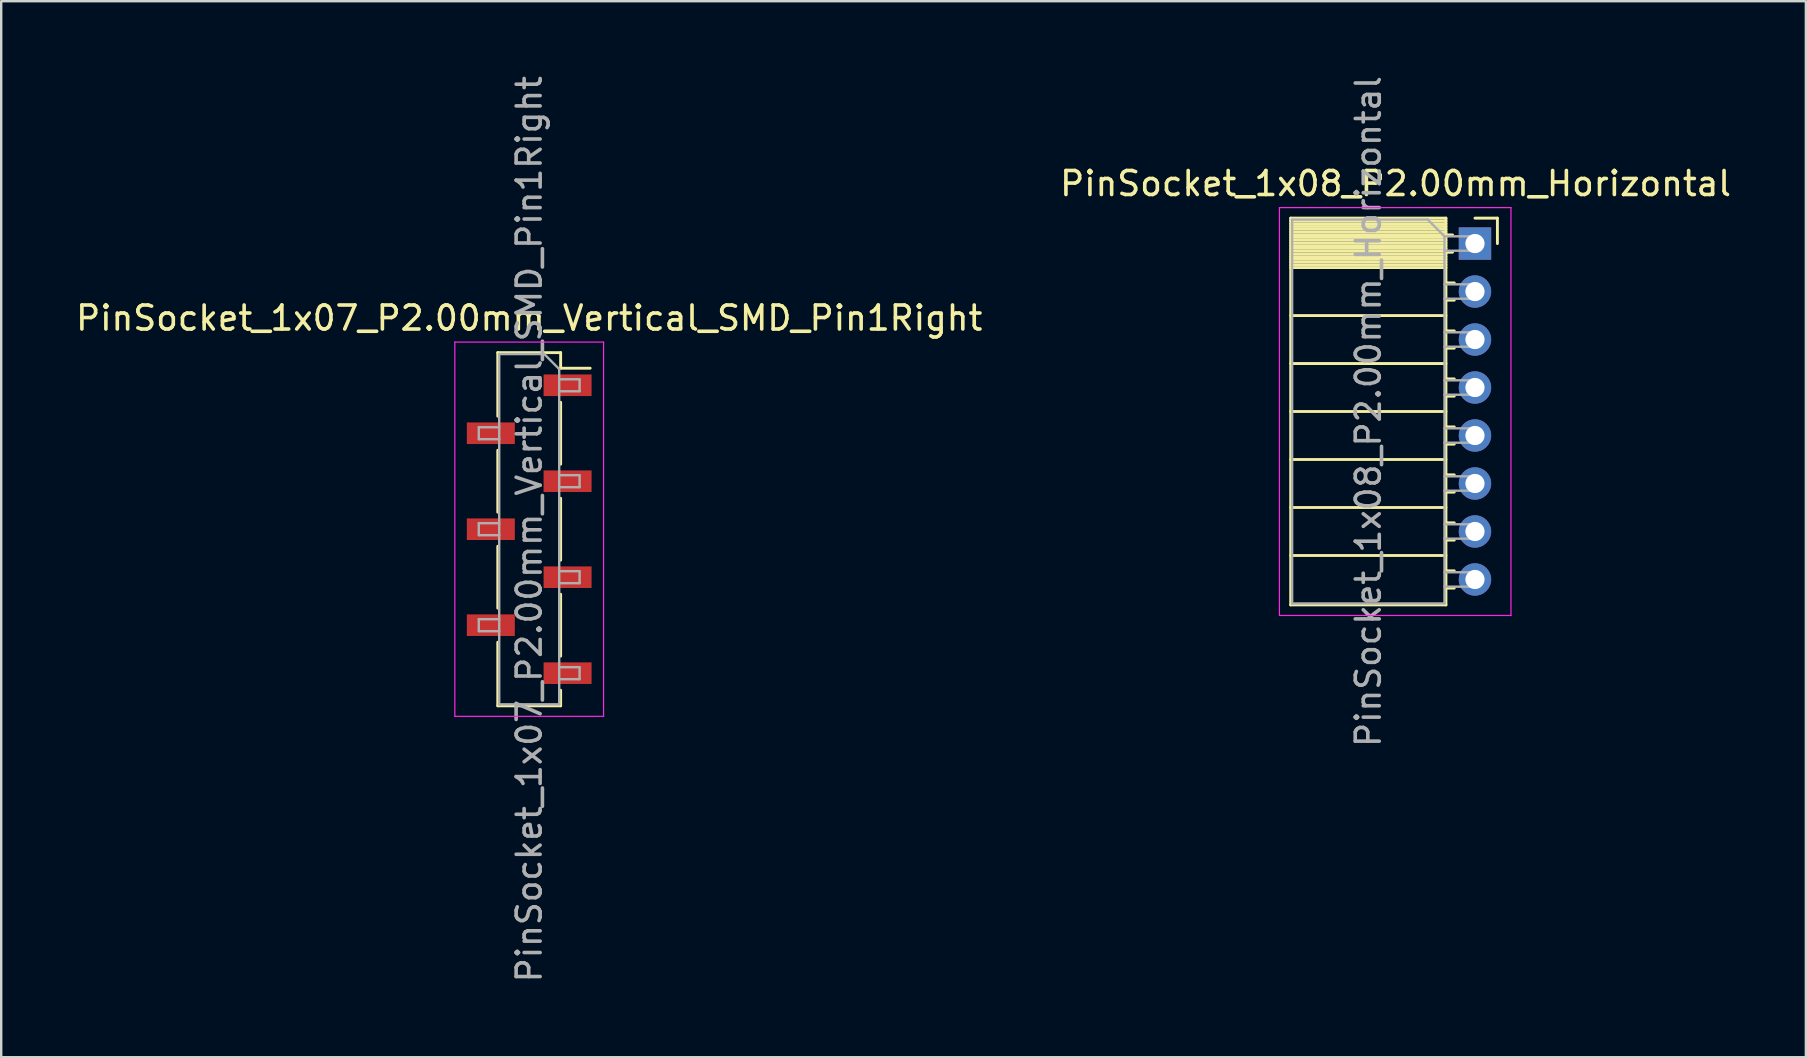
<source format=kicad_pcb>
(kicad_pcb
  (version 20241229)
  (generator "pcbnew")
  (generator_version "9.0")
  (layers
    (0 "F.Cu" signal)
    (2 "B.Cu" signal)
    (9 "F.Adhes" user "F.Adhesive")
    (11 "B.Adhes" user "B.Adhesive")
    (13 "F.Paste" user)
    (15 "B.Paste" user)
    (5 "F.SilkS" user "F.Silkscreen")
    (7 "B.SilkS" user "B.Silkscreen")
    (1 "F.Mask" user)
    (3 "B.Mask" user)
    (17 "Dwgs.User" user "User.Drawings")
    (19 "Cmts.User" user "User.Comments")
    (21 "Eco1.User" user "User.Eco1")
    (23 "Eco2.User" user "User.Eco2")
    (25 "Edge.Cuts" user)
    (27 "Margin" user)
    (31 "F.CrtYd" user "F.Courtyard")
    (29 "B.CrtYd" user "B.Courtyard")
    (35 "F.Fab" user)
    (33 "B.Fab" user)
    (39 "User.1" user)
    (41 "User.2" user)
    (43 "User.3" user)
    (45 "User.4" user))
  (footprint "PinSocket_1x08_P2.00mm_Horizontal"
    (layer "F.Cu")
    (at 58.423 7.101)
    (property "Reference" "PinSocket_1x08_P2.00mm_Horizontal" (at -3.31 -2.5 0) (layer "F.SilkS") (effects (font (size 1 1) (thickness 0.15))))
    (attr through_hole)
    (fp_line (start -7.68 -1.06) (end -7.68 15.06) (stroke (width 0.12) (type solid)) (layer "F.SilkS"))
    (fp_line (start -7.68 -1.06) (end -1.21 -1.06) (stroke (width 0.12) (type solid)) (layer "F.SilkS"))
    (fp_line (start -7.68 -0.94) (end -1.21 -0.94) (stroke (width 0.12) (type solid)) (layer "F.SilkS"))
    (fp_line (start -7.68 -0.826) (end -1.21 -0.826) (stroke (width 0.12) (type solid)) (layer "F.SilkS"))
    (fp_line (start -7.68 -0.712) (end -1.21 -0.712) (stroke (width 0.12) (type solid)) (layer "F.SilkS"))
    (fp_line (start -7.68 -0.598) (end -1.21 -0.598) (stroke (width 0.12) (type solid)) (layer "F.SilkS"))
    (fp_line (start -7.68 -0.484) (end -1.21 -0.484) (stroke (width 0.12) (type solid)) (layer "F.SilkS"))
    (fp_line (start -7.68 -0.369) (end -1.21 -0.369) (stroke (width 0.12) (type solid)) (layer "F.SilkS"))
    (fp_line (start -7.68 -0.255) (end -1.21 -0.255) (stroke (width 0.12) (type solid)) (layer "F.SilkS"))
    (fp_line (start -7.68 -0.141) (end -1.21 -0.141) (stroke (width 0.12) (type solid)) (layer "F.SilkS"))
    (fp_line (start -7.68 -0.027) (end -1.21 -0.027) (stroke (width 0.12) (type solid)) (layer "F.SilkS"))
    (fp_line (start -7.68 0.087) (end -1.21 0.087) (stroke (width 0.12) (type solid)) (layer "F.SilkS"))
    (fp_line (start -7.68 0.201) (end -1.21 0.201) (stroke (width 0.12) (type solid)) (layer "F.SilkS"))
    (fp_line (start -7.68 0.315) (end -1.21 0.315) (stroke (width 0.12) (type solid)) (layer "F.SilkS"))
    (fp_line (start -7.68 0.429) (end -1.21 0.429) (stroke (width 0.12) (type solid)) (layer "F.SilkS"))
    (fp_line (start -7.68 0.544) (end -1.21 0.544) (stroke (width 0.12) (type solid)) (layer "F.SilkS"))
    (fp_line (start -7.68 0.658) (end -1.21 0.658) (stroke (width 0.12) (type solid)) (layer "F.SilkS"))
    (fp_line (start -7.68 0.772) (end -1.21 0.772) (stroke (width 0.12) (type solid)) (layer "F.SilkS"))
    (fp_line (start -7.68 0.886) (end -1.21 0.886) (stroke (width 0.12) (type solid)) (layer "F.SilkS"))
    (fp_line (start -7.68 1) (end -1.21 1) (stroke (width 0.12) (type solid)) (layer "F.SilkS"))
    (fp_line (start -7.68 3) (end -1.21 3) (stroke (width 0.12) (type solid)) (layer "F.SilkS"))
    (fp_line (start -7.68 5) (end -1.21 5) (stroke (width 0.12) (type solid)) (layer "F.SilkS"))
    (fp_line (start -7.68 7) (end -1.21 7) (stroke (width 0.12) (type solid)) (layer "F.SilkS"))
    (fp_line (start -7.68 9) (end -1.21 9) (stroke (width 0.12) (type solid)) (layer "F.SilkS"))
    (fp_line (start -7.68 11) (end -1.21 11) (stroke (width 0.12) (type solid)) (layer "F.SilkS"))
    (fp_line (start -7.68 13) (end -1.21 13) (stroke (width 0.12) (type solid)) (layer "F.SilkS"))
    (fp_line (start -7.68 15.06) (end -1.21 15.06) (stroke (width 0.12) (type solid)) (layer "F.SilkS"))
    (fp_line (start -1.21 -1.06) (end -1.21 15.06) (stroke (width 0.12) (type solid)) (layer "F.SilkS"))
    (fp_line (start -1.21 -0.36) (end -0.935 -0.36) (stroke (width 0.12) (type solid)) (layer "F.SilkS"))
    (fp_line (start -1.21 0.36) (end -0.935 0.36) (stroke (width 0.12) (type solid)) (layer "F.SilkS"))
    (fp_line (start -1.21 1.64) (end -0.863 1.64) (stroke (width 0.12) (type solid)) (layer "F.SilkS"))
    (fp_line (start -1.21 2.36) (end -0.863 2.36) (stroke (width 0.12) (type solid)) (layer "F.SilkS"))
    (fp_line (start -1.21 3.64) (end -0.863 3.64) (stroke (width 0.12) (type solid)) (layer "F.SilkS"))
    (fp_line (start -1.21 4.36) (end -0.863 4.36) (stroke (width 0.12) (type solid)) (layer "F.SilkS"))
    (fp_line (start -1.21 5.64) (end -0.863 5.64) (stroke (width 0.12) (type solid)) (layer "F.SilkS"))
    (fp_line (start -1.21 6.36) (end -0.863 6.36) (stroke (width 0.12) (type solid)) (layer "F.SilkS"))
    (fp_line (start -1.21 7.64) (end -0.863 7.64) (stroke (width 0.12) (type solid)) (layer "F.SilkS"))
    (fp_line (start -1.21 8.36) (end -0.863 8.36) (stroke (width 0.12) (type solid)) (layer "F.SilkS"))
    (fp_line (start -1.21 9.64) (end -0.863 9.64) (stroke (width 0.12) (type solid)) (layer "F.SilkS"))
    (fp_line (start -1.21 10.36) (end -0.863 10.36) (stroke (width 0.12) (type solid)) (layer "F.SilkS"))
    (fp_line (start -1.21 11.64) (end -0.863 11.64) (stroke (width 0.12) (type solid)) (layer "F.SilkS"))
    (fp_line (start -1.21 12.36) (end -0.863 12.36) (stroke (width 0.12) (type solid)) (layer "F.SilkS"))
    (fp_line (start -1.21 13.64) (end -0.863 13.64) (stroke (width 0.12) (type solid)) (layer "F.SilkS"))
    (fp_line (start -1.21 14.36) (end -0.863 14.36) (stroke (width 0.12) (type solid)) (layer "F.SilkS"))
    (fp_line (start 0 -1.06) (end 0.935 -1.06) (stroke (width 0.12) (type solid)) (layer "F.SilkS"))
    (fp_line (start 0.935 -1.06) (end 0.935 0) (stroke (width 0.12) (type solid)) (layer "F.SilkS"))
    (fp_line (start -8.15 -1.5) (end -8.15 15.5) (stroke (width 0.05) (type solid)) (layer "F.CrtYd"))
    (fp_line (start -8.15 15.5) (end 1.5 15.5) (stroke (width 0.05) (type solid)) (layer "F.CrtYd"))
    (fp_line (start 1.5 -1.5) (end -8.15 -1.5) (stroke (width 0.05) (type solid)) (layer "F.CrtYd"))
    (fp_line (start 1.5 15.5) (end 1.5 -1.5) (stroke (width 0.05) (type solid)) (layer "F.CrtYd"))
    (fp_line (start -7.62 -1) (end -1.97 -1) (stroke (width 0.1) (type solid)) (layer "F.Fab"))
    (fp_line (start -7.62 15) (end -7.62 -1) (stroke (width 0.1) (type solid)) (layer "F.Fab"))
    (fp_line (start -1.97 -1) (end -1.27 -0.3) (stroke (width 0.1) (type solid)) (layer "F.Fab"))
    (fp_line (start -1.27 -0.3) (end -1.27 15) (stroke (width 0.1) (type solid)) (layer "F.Fab"))
    (fp_line (start -1.27 0.3) (end 0 0.3) (stroke (width 0.1) (type solid)) (layer "F.Fab"))
    (fp_line (start -1.27 2.3) (end 0 2.3) (stroke (width 0.1) (type solid)) (layer "F.Fab"))
    (fp_line (start -1.27 4.3) (end 0 4.3) (stroke (width 0.1) (type solid)) (layer "F.Fab"))
    (fp_line (start -1.27 6.3) (end 0 6.3) (stroke (width 0.1) (type solid)) (layer "F.Fab"))
    (fp_line (start -1.27 8.3) (end 0 8.3) (stroke (width 0.1) (type solid)) (layer "F.Fab"))
    (fp_line (start -1.27 10.3) (end 0 10.3) (stroke (width 0.1) (type solid)) (layer "F.Fab"))
    (fp_line (start -1.27 12.3) (end 0 12.3) (stroke (width 0.1) (type solid)) (layer "F.Fab"))
    (fp_line (start -1.27 14.3) (end 0 14.3) (stroke (width 0.1) (type solid)) (layer "F.Fab"))
    (fp_line (start -1.27 15) (end -7.62 15) (stroke (width 0.1) (type solid)) (layer "F.Fab"))
    (fp_line (start 0 -0.3) (end -1.27 -0.3) (stroke (width 0.1) (type solid)) (layer "F.Fab"))
    (fp_line (start 0 0.3) (end 0 -0.3) (stroke (width 0.1) (type solid)) (layer "F.Fab"))
    (fp_line (start 0 1.7) (end -1.27 1.7) (stroke (width 0.1) (type solid)) (layer "F.Fab"))
    (fp_line (start 0 2.3) (end 0 1.7) (stroke (width 0.1) (type solid)) (layer "F.Fab"))
    (fp_line (start 0 3.7) (end -1.27 3.7) (stroke (width 0.1) (type solid)) (layer "F.Fab"))
    (fp_line (start 0 4.3) (end 0 3.7) (stroke (width 0.1) (type solid)) (layer "F.Fab"))
    (fp_line (start 0 5.7) (end -1.27 5.7) (stroke (width 0.1) (type solid)) (layer "F.Fab"))
    (fp_line (start 0 6.3) (end 0 5.7) (stroke (width 0.1) (type solid)) (layer "F.Fab"))
    (fp_line (start 0 7.7) (end -1.27 7.7) (stroke (width 0.1) (type solid)) (layer "F.Fab"))
    (fp_line (start 0 8.3) (end 0 7.7) (stroke (width 0.1) (type solid)) (layer "F.Fab"))
    (fp_line (start 0 9.7) (end -1.27 9.7) (stroke (width 0.1) (type solid)) (layer "F.Fab"))
    (fp_line (start 0 10.3) (end 0 9.7) (stroke (width 0.1) (type solid)) (layer "F.Fab"))
    (fp_line (start 0 11.7) (end -1.27 11.7) (stroke (width 0.1) (type solid)) (layer "F.Fab"))
    (fp_line (start 0 12.3) (end 0 11.7) (stroke (width 0.1) (type solid)) (layer "F.Fab"))
    (fp_line (start 0 13.7) (end -1.27 13.7) (stroke (width 0.1) (type solid)) (layer "F.Fab"))
    (fp_line (start 0 14.3) (end 0 13.7) (stroke (width 0.1) (type solid)) (layer "F.Fab"))
    (fp_text user "${REFERENCE}" (at -4.445 7 90) (layer "F.Fab") (effects (font (size 1 1) (thickness 0.15))))
    (pad "1" thru_hole rect (at 0 0) (size 1.35 1.35) (drill 0.8) (layers "*.Cu" "*.Mask"))
    (pad "2" thru_hole oval (at 0 2) (size 1.35 1.35) (drill 0.8) (layers "*.Cu" "*.Mask"))
    (pad "3" thru_hole oval (at 0 4) (size 1.35 1.35) (drill 0.8) (layers "*.Cu" "*.Mask"))
    (pad "4" thru_hole oval (at 0 6) (size 1.35 1.35) (drill 0.8) (layers "*.Cu" "*.Mask"))
    (pad "5" thru_hole oval (at 0 8) (size 1.35 1.35) (drill 0.8) (layers "*.Cu" "*.Mask"))
    (pad "6" thru_hole oval (at 0 10) (size 1.35 1.35) (drill 0.8) (layers "*.Cu" "*.Mask"))
    (pad "7" thru_hole oval (at 0 12) (size 1.35 1.35) (drill 0.8) (layers "*.Cu" "*.Mask"))
    (pad "8" thru_hole oval (at 0 14) (size 1.35 1.35) (drill 0.8) (layers "*.Cu" "*.Mask")))
  (footprint "PinSocket_1x07_P2.00mm_Vertical_SMD_Pin1Right"
    (layer "F.Cu")
    (at 19.006 19.006)
    (property "Reference" "PinSocket_1x07_P2.00mm_Vertical_SMD_Pin1Right" (at 0 -8.8 0) (layer "F.SilkS") (effects (font (size 1 1) (thickness 0.15))))
    (attr smd)
    (fp_line (start -1.31 -7.36) (end -1.31 -4.71) (stroke (width 0.12) (type solid)) (layer "F.SilkS"))
    (fp_line (start -1.31 -7.36) (end 1.31 -7.36) (stroke (width 0.12) (type solid)) (layer "F.SilkS"))
    (fp_line (start -1.31 -3.29) (end -1.31 -0.71) (stroke (width 0.12) (type solid)) (layer "F.SilkS"))
    (fp_line (start -1.31 0.71) (end -1.31 3.29) (stroke (width 0.12) (type solid)) (layer "F.SilkS"))
    (fp_line (start -1.31 4.71) (end -1.31 7.36) (stroke (width 0.12) (type solid)) (layer "F.SilkS"))
    (fp_line (start -1.31 7.36) (end 1.31 7.36) (stroke (width 0.12) (type solid)) (layer "F.SilkS"))
    (fp_line (start 1.31 -7.36) (end 1.31 -6.71) (stroke (width 0.12) (type solid)) (layer "F.SilkS"))
    (fp_line (start 1.31 -6.71) (end 2.54 -6.71) (stroke (width 0.12) (type solid)) (layer "F.SilkS"))
    (fp_line (start 1.31 -5.29) (end 1.31 -2.71) (stroke (width 0.12) (type solid)) (layer "F.SilkS"))
    (fp_line (start 1.31 -1.29) (end 1.31 1.29) (stroke (width 0.12) (type solid)) (layer "F.SilkS"))
    (fp_line (start 1.31 2.71) (end 1.31 5.29) (stroke (width 0.12) (type solid)) (layer "F.SilkS"))
    (fp_line (start 1.31 6.71) (end 1.31 7.36) (stroke (width 0.12) (type solid)) (layer "F.SilkS"))
    (fp_line (start -3.1 -7.8) (end 3.1 -7.8) (stroke (width 0.05) (type solid)) (layer "F.CrtYd"))
    (fp_line (start -3.1 7.8) (end -3.1 -7.8) (stroke (width 0.05) (type solid)) (layer "F.CrtYd"))
    (fp_line (start 3.1 -7.8) (end 3.1 7.8) (stroke (width 0.05) (type solid)) (layer "F.CrtYd"))
    (fp_line (start 3.1 7.8) (end -3.1 7.8) (stroke (width 0.05) (type solid)) (layer "F.CrtYd"))
    (fp_line (start -2.1 -4.25) (end -1.25 -4.25) (stroke (width 0.1) (type solid)) (layer "F.Fab"))
    (fp_line (start -2.1 -3.75) (end -2.1 -4.25) (stroke (width 0.1) (type solid)) (layer "F.Fab"))
    (fp_line (start -2.1 -0.25) (end -1.25 -0.25) (stroke (width 0.1) (type solid)) (layer "F.Fab"))
    (fp_line (start -2.1 0.25) (end -2.1 -0.25) (stroke (width 0.1) (type solid)) (layer "F.Fab"))
    (fp_line (start -2.1 3.75) (end -1.25 3.75) (stroke (width 0.1) (type solid)) (layer "F.Fab"))
    (fp_line (start -2.1 4.25) (end -2.1 3.75) (stroke (width 0.1) (type solid)) (layer "F.Fab"))
    (fp_line (start -1.25 -7.3) (end 0.625 -7.3) (stroke (width 0.1) (type solid)) (layer "F.Fab"))
    (fp_line (start -1.25 -3.75) (end -2.1 -3.75) (stroke (width 0.1) (type solid)) (layer "F.Fab"))
    (fp_line (start -1.25 0.25) (end -2.1 0.25) (stroke (width 0.1) (type solid)) (layer "F.Fab"))
    (fp_line (start -1.25 4.25) (end -2.1 4.25) (stroke (width 0.1) (type solid)) (layer "F.Fab"))
    (fp_line (start -1.25 7.3) (end -1.25 -7.3) (stroke (width 0.1) (type solid)) (layer "F.Fab"))
    (fp_line (start 0.625 -7.3) (end 1.25 -6.675) (stroke (width 0.1) (type solid)) (layer "F.Fab"))
    (fp_line (start 1.25 -6.675) (end 1.25 7.3) (stroke (width 0.1) (type solid)) (layer "F.Fab"))
    (fp_line (start 1.25 -6.25) (end 2.1 -6.25) (stroke (width 0.1) (type solid)) (layer "F.Fab"))
    (fp_line (start 1.25 -2.25) (end 2.1 -2.25) (stroke (width 0.1) (type solid)) (layer "F.Fab"))
    (fp_line (start 1.25 1.75) (end 2.1 1.75) (stroke (width 0.1) (type solid)) (layer "F.Fab"))
    (fp_line (start 1.25 5.75) (end 2.1 5.75) (stroke (width 0.1) (type solid)) (layer "F.Fab"))
    (fp_line (start 1.25 7.3) (end -1.25 7.3) (stroke (width 0.1) (type solid)) (layer "F.Fab"))
    (fp_line (start 2.1 -6.25) (end 2.1 -5.75) (stroke (width 0.1) (type solid)) (layer "F.Fab"))
    (fp_line (start 2.1 -5.75) (end 1.25 -5.75) (stroke (width 0.1) (type solid)) (layer "F.Fab"))
    (fp_line (start 2.1 -2.25) (end 2.1 -1.75) (stroke (width 0.1) (type solid)) (layer "F.Fab"))
    (fp_line (start 2.1 -1.75) (end 1.25 -1.75) (stroke (width 0.1) (type solid)) (layer "F.Fab"))
    (fp_line (start 2.1 1.75) (end 2.1 2.25) (stroke (width 0.1) (type solid)) (layer "F.Fab"))
    (fp_line (start 2.1 2.25) (end 1.25 2.25) (stroke (width 0.1) (type solid)) (layer "F.Fab"))
    (fp_line (start 2.1 5.75) (end 2.1 6.25) (stroke (width 0.1) (type solid)) (layer "F.Fab"))
    (fp_line (start 2.1 6.25) (end 1.25 6.25) (stroke (width 0.1) (type solid)) (layer "F.Fab"))
    (fp_text user "${REFERENCE}" (at 0 0 90) (layer "F.Fab") (effects (font (size 1 1) (thickness 0.15))))
    (pad "1" smd rect (at 1.6 -6) (size 2 0.9) (layers "F.Cu" "F.Mask" "F.Paste"))
    (pad "2" smd rect (at -1.6 -4) (size 2 0.9) (layers "F.Cu" "F.Mask" "F.Paste"))
    (pad "3" smd rect (at 1.6 -2) (size 2 0.9) (layers "F.Cu" "F.Mask" "F.Paste"))
    (pad "4" smd rect (at -1.6 0) (size 2 0.9) (layers "F.Cu" "F.Mask" "F.Paste"))
    (pad "5" smd rect (at 1.6 2) (size 2 0.9) (layers "F.Cu" "F.Mask" "F.Paste"))
    (pad "6" smd rect (at -1.6 4) (size 2 0.9) (layers "F.Cu" "F.Mask" "F.Paste"))
    (pad "7" smd rect (at 1.6 6) (size 2 0.9) (layers "F.Cu" "F.Mask" "F.Paste")))
  (gr_rect
    (start -3 -3)
    (end 72.214 41.012)
    (stroke (width 0.1) (type default))
    (fill no)
    (layer "Edge.Cuts")))
</source>
